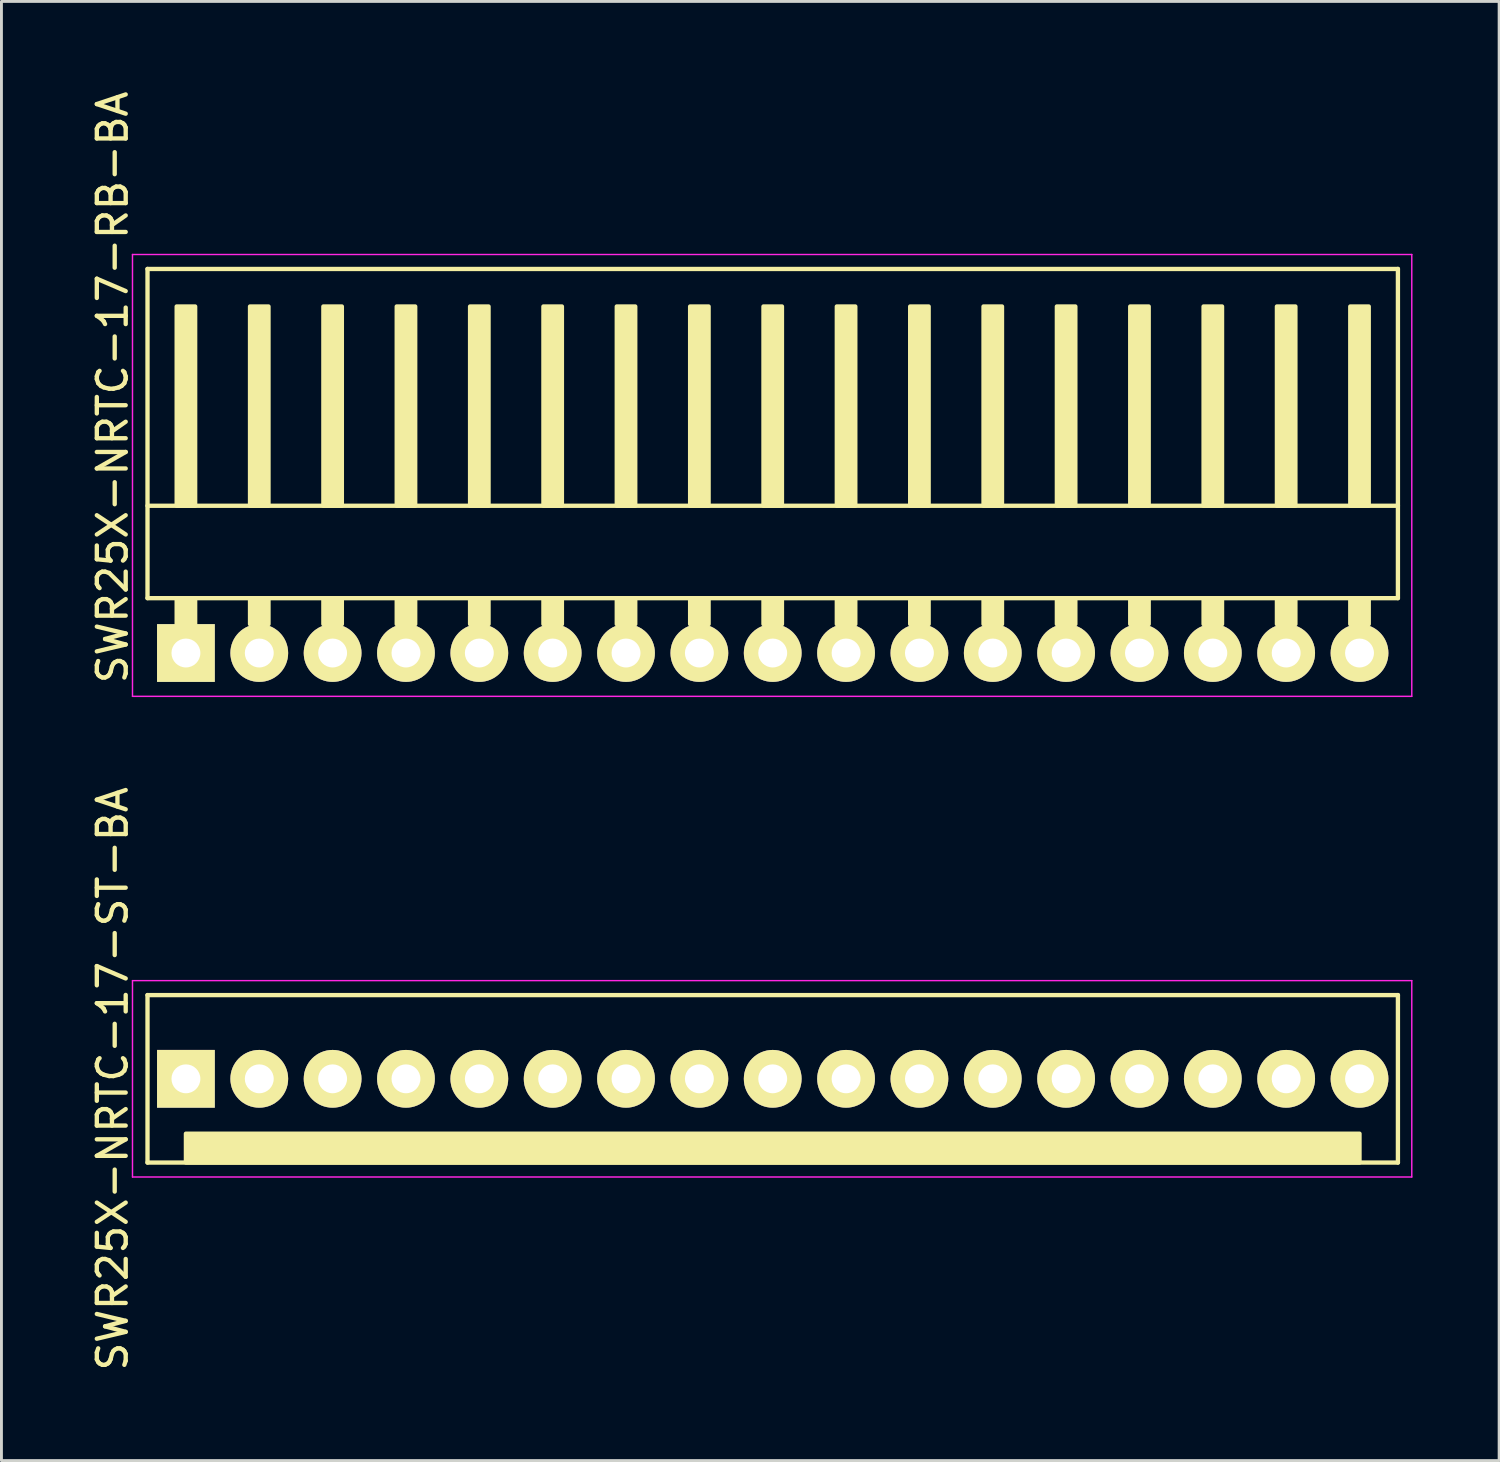
<source format=kicad_pcb>
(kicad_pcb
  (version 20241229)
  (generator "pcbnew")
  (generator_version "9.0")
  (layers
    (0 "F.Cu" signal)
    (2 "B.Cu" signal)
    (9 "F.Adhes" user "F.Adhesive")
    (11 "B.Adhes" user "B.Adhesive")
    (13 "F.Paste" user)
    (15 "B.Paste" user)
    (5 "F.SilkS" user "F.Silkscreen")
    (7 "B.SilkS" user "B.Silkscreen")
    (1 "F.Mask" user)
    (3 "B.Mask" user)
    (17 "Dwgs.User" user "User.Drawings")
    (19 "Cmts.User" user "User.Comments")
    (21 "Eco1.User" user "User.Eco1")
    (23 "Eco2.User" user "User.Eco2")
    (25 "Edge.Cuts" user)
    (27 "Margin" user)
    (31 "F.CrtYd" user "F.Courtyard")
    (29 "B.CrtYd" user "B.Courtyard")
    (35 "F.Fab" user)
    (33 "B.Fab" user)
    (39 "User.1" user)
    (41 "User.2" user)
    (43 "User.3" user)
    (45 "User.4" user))
  (footprint "SWR25X-NRTC-17-ST-BA"
    (layer "F.Cu")
    (at 3.388 34.308)
    (property "Reference" "SWR25X-NRTC-17-ST-BA" (at -2.54 0 270) (layer "F.SilkS") (effects (font (size 1 1) (thickness 0.15))))
    (attr through_hole)
    (fp_line (start -1.33 -2.9) (end 41.97 -2.9) (stroke (width 0.15) (type solid)) (layer "F.SilkS"))
    (fp_line (start -1.33 2.9) (end -1.33 -2.9) (stroke (width 0.15) (type solid)) (layer "F.SilkS"))
    (fp_line (start -1.33 2.9) (end 41.97 2.9) (stroke (width 0.15) (type solid)) (layer "F.SilkS"))
    (fp_line (start 41.97 2.9) (end 41.97 -2.9) (stroke (width 0.15) (type solid)) (layer "F.SilkS"))
    (fp_poly (pts (xy 40.64 2.9) (xy 0 2.9) (xy 0 1.9) (xy 40.64 1.9)) (stroke (width 0.15) (type solid)) (fill yes) (layer "F.SilkS"))
    (fp_line (start -1.85 -3.4) (end 42.45 -3.4) (stroke (width 0.05) (type solid)) (layer "F.CrtYd"))
    (fp_line (start -1.85 3.4) (end -1.85 -3.4) (stroke (width 0.05) (type solid)) (layer "F.CrtYd"))
    (fp_line (start -1.85 3.4) (end 42.45 3.4) (stroke (width 0.05) (type solid)) (layer "F.CrtYd"))
    (fp_line (start 42.45 3.4) (end 42.45 -3.4) (stroke (width 0.05) (type solid)) (layer "F.CrtYd"))
    (pad "1" thru_hole rect (at 0 0) (size 2 2) (drill 1) (layers "*.Cu" "*.Mask" "F.SilkS"))
    (pad "2" thru_hole circle (at 2.54 0) (size 2 2) (drill 1) (layers "*.Cu" "*.Mask" "F.SilkS"))
    (pad "3" thru_hole circle (at 5.08 0) (size 2 2) (drill 1) (layers "*.Cu" "*.Mask" "F.SilkS"))
    (pad "4" thru_hole circle (at 7.62 0) (size 2 2) (drill 1) (layers "*.Cu" "*.Mask" "F.SilkS"))
    (pad "5" thru_hole circle (at 10.16 0) (size 2 2) (drill 1) (layers "*.Cu" "*.Mask" "F.SilkS"))
    (pad "6" thru_hole circle (at 12.7 0) (size 2 2) (drill 1) (layers "*.Cu" "*.Mask" "F.SilkS"))
    (pad "7" thru_hole circle (at 15.24 0) (size 2 2) (drill 1) (layers "*.Cu" "*.Mask" "F.SilkS"))
    (pad "8" thru_hole circle (at 17.78 0) (size 2 2) (drill 1) (layers "*.Cu" "*.Mask" "F.SilkS"))
    (pad "9" thru_hole circle (at 20.32 0) (size 2 2) (drill 1) (layers "*.Cu" "*.Mask" "F.SilkS"))
    (pad "10" thru_hole circle (at 22.86 0) (size 2 2) (drill 1) (layers "*.Cu" "*.Mask" "F.SilkS"))
    (pad "11" thru_hole circle (at 25.4 0) (size 2 2) (drill 1) (layers "*.Cu" "*.Mask" "F.SilkS"))
    (pad "12" thru_hole circle (at 27.94 0) (size 2 2) (drill 1) (layers "*.Cu" "*.Mask" "F.SilkS"))
    (pad "13" thru_hole circle (at 30.48 0) (size 2 2) (drill 1) (layers "*.Cu" "*.Mask" "F.SilkS"))
    (pad "14" thru_hole circle (at 33.02 0) (size 2 2) (drill 1) (layers "*.Cu" "*.Mask" "F.SilkS"))
    (pad "15" thru_hole circle (at 35.56 0) (size 2 2) (drill 1) (layers "*.Cu" "*.Mask" "F.SilkS"))
    (pad "16" thru_hole circle (at 38.1 0) (size 2 2) (drill 1) (layers "*.Cu" "*.Mask" "F.SilkS"))
    (pad "17" thru_hole circle (at 40.64 0) (size 2 2) (drill 1) (layers "*.Cu" "*.Mask" "F.SilkS")))
  (footprint "SWR25X-NRTC-17-RB-BA"
    (layer "F.Cu")
    (at 3.388 19.563)
    (property "Reference" "SWR25X-NRTC-17-RB-BA" (at -2.54 -9.2 270) (layer "F.SilkS") (effects (font (size 1 1) (thickness 0.15))))
    (attr through_hole)
    (fp_line (start -1.33 -13.3) (end -1.33 -1.9) (stroke (width 0.15) (type solid)) (layer "F.SilkS"))
    (fp_line (start -1.33 -13.3) (end 41.97 -13.3) (stroke (width 0.15) (type solid)) (layer "F.SilkS"))
    (fp_line (start -1.33 -5.1) (end 41.97 -5.1) (stroke (width 0.15) (type solid)) (layer "F.SilkS"))
    (fp_line (start -1.33 -1.9) (end 41.97 -1.9) (stroke (width 0.15) (type solid)) (layer "F.SilkS"))
    (fp_line (start 41.97 -13.3) (end 41.97 -1.9) (stroke (width 0.15) (type solid)) (layer "F.SilkS"))
    (fp_poly (pts (xy 0.32 -5.1) (xy -0.32 -5.1) (xy -0.32 -12) (xy 0.32 -12)) (stroke (width 0.15) (type solid)) (fill yes) (layer "F.SilkS"))
    (fp_poly (pts (xy 0.32 -1.9) (xy -0.32 -1.9) (xy -0.32 -1) (xy 0.32 -1)) (stroke (width 0.15) (type solid)) (fill yes) (layer "F.SilkS"))
    (fp_poly (pts (xy 2.86 -5.1) (xy 2.22 -5.1) (xy 2.22 -12) (xy 2.86 -12)) (stroke (width 0.15) (type solid)) (fill yes) (layer "F.SilkS"))
    (fp_poly (pts (xy 2.86 -1.9) (xy 2.22 -1.9) (xy 2.22 -1) (xy 2.86 -1)) (stroke (width 0.15) (type solid)) (fill yes) (layer "F.SilkS"))
    (fp_poly (pts (xy 5.4 -5.1) (xy 4.76 -5.1) (xy 4.76 -12) (xy 5.4 -12)) (stroke (width 0.15) (type solid)) (fill yes) (layer "F.SilkS"))
    (fp_poly (pts (xy 5.4 -1.9) (xy 4.76 -1.9) (xy 4.76 -1) (xy 5.4 -1)) (stroke (width 0.15) (type solid)) (fill yes) (layer "F.SilkS"))
    (fp_poly (pts (xy 7.94 -5.1) (xy 7.3 -5.1) (xy 7.3 -12) (xy 7.94 -12)) (stroke (width 0.15) (type solid)) (fill yes) (layer "F.SilkS"))
    (fp_poly (pts (xy 7.94 -1.9) (xy 7.3 -1.9) (xy 7.3 -1) (xy 7.94 -1)) (stroke (width 0.15) (type solid)) (fill yes) (layer "F.SilkS"))
    (fp_poly (pts (xy 10.48 -5.1) (xy 9.84 -5.1) (xy 9.84 -12) (xy 10.48 -12)) (stroke (width 0.15) (type solid)) (fill yes) (layer "F.SilkS"))
    (fp_poly (pts (xy 10.48 -1.9) (xy 9.84 -1.9) (xy 9.84 -1) (xy 10.48 -1)) (stroke (width 0.15) (type solid)) (fill yes) (layer "F.SilkS"))
    (fp_poly (pts (xy 13.02 -5.1) (xy 12.38 -5.1) (xy 12.38 -12) (xy 13.02 -12)) (stroke (width 0.15) (type solid)) (fill yes) (layer "F.SilkS"))
    (fp_poly (pts (xy 13.02 -1.9) (xy 12.38 -1.9) (xy 12.38 -1) (xy 13.02 -1)) (stroke (width 0.15) (type solid)) (fill yes) (layer "F.SilkS"))
    (fp_poly (pts (xy 15.56 -5.1) (xy 14.92 -5.1) (xy 14.92 -12) (xy 15.56 -12)) (stroke (width 0.15) (type solid)) (fill yes) (layer "F.SilkS"))
    (fp_poly (pts (xy 15.56 -1.9) (xy 14.92 -1.9) (xy 14.92 -1) (xy 15.56 -1)) (stroke (width 0.15) (type solid)) (fill yes) (layer "F.SilkS"))
    (fp_poly (pts (xy 18.1 -5.1) (xy 17.46 -5.1) (xy 17.46 -12) (xy 18.1 -12)) (stroke (width 0.15) (type solid)) (fill yes) (layer "F.SilkS"))
    (fp_poly (pts (xy 18.1 -1.9) (xy 17.46 -1.9) (xy 17.46 -1) (xy 18.1 -1)) (stroke (width 0.15) (type solid)) (fill yes) (layer "F.SilkS"))
    (fp_poly (pts (xy 20.64 -5.1) (xy 20 -5.1) (xy 20 -12) (xy 20.64 -12)) (stroke (width 0.15) (type solid)) (fill yes) (layer "F.SilkS"))
    (fp_poly (pts (xy 20.64 -1.9) (xy 20 -1.9) (xy 20 -1) (xy 20.64 -1)) (stroke (width 0.15) (type solid)) (fill yes) (layer "F.SilkS"))
    (fp_poly (pts (xy 23.18 -5.1) (xy 22.54 -5.1) (xy 22.54 -12) (xy 23.18 -12)) (stroke (width 0.15) (type solid)) (fill yes) (layer "F.SilkS"))
    (fp_poly (pts (xy 23.18 -1.9) (xy 22.54 -1.9) (xy 22.54 -1) (xy 23.18 -1)) (stroke (width 0.15) (type solid)) (fill yes) (layer "F.SilkS"))
    (fp_poly (pts (xy 25.72 -5.1) (xy 25.08 -5.1) (xy 25.08 -12) (xy 25.72 -12)) (stroke (width 0.15) (type solid)) (fill yes) (layer "F.SilkS"))
    (fp_poly (pts (xy 25.72 -1.9) (xy 25.08 -1.9) (xy 25.08 -1) (xy 25.72 -1)) (stroke (width 0.15) (type solid)) (fill yes) (layer "F.SilkS"))
    (fp_poly (pts (xy 28.26 -5.1) (xy 27.62 -5.1) (xy 27.62 -12) (xy 28.26 -12)) (stroke (width 0.15) (type solid)) (fill yes) (layer "F.SilkS"))
    (fp_poly (pts (xy 28.26 -1.9) (xy 27.62 -1.9) (xy 27.62 -1) (xy 28.26 -1)) (stroke (width 0.15) (type solid)) (fill yes) (layer "F.SilkS"))
    (fp_poly (pts (xy 30.8 -5.1) (xy 30.16 -5.1) (xy 30.16 -12) (xy 30.8 -12)) (stroke (width 0.15) (type solid)) (fill yes) (layer "F.SilkS"))
    (fp_poly (pts (xy 30.8 -1.9) (xy 30.16 -1.9) (xy 30.16 -1) (xy 30.8 -1)) (stroke (width 0.15) (type solid)) (fill yes) (layer "F.SilkS"))
    (fp_poly (pts (xy 33.34 -5.1) (xy 32.7 -5.1) (xy 32.7 -12) (xy 33.34 -12)) (stroke (width 0.15) (type solid)) (fill yes) (layer "F.SilkS"))
    (fp_poly (pts (xy 33.34 -1.9) (xy 32.7 -1.9) (xy 32.7 -1) (xy 33.34 -1)) (stroke (width 0.15) (type solid)) (fill yes) (layer "F.SilkS"))
    (fp_poly (pts (xy 35.88 -5.1) (xy 35.24 -5.1) (xy 35.24 -12) (xy 35.88 -12)) (stroke (width 0.15) (type solid)) (fill yes) (layer "F.SilkS"))
    (fp_poly (pts (xy 35.88 -1.9) (xy 35.24 -1.9) (xy 35.24 -1) (xy 35.88 -1)) (stroke (width 0.15) (type solid)) (fill yes) (layer "F.SilkS"))
    (fp_poly (pts (xy 38.42 -5.1) (xy 37.78 -5.1) (xy 37.78 -12) (xy 38.42 -12)) (stroke (width 0.15) (type solid)) (fill yes) (layer "F.SilkS"))
    (fp_poly (pts (xy 38.42 -1.9) (xy 37.78 -1.9) (xy 37.78 -1) (xy 38.42 -1)) (stroke (width 0.15) (type solid)) (fill yes) (layer "F.SilkS"))
    (fp_poly (pts (xy 40.96 -5.1) (xy 40.32 -5.1) (xy 40.32 -12) (xy 40.96 -12)) (stroke (width 0.15) (type solid)) (fill yes) (layer "F.SilkS"))
    (fp_poly (pts (xy 40.96 -1.9) (xy 40.32 -1.9) (xy 40.32 -1) (xy 40.96 -1)) (stroke (width 0.15) (type solid)) (fill yes) (layer "F.SilkS"))
    (fp_line (start -1.85 -13.8) (end -1.85 1.5) (stroke (width 0.05) (type solid)) (layer "F.CrtYd"))
    (fp_line (start -1.85 -13.8) (end 42.45 -13.8) (stroke (width 0.05) (type solid)) (layer "F.CrtYd"))
    (fp_line (start -1.85 1.5) (end 42.45 1.5) (stroke (width 0.05) (type solid)) (layer "F.CrtYd"))
    (fp_line (start 42.45 -13.8) (end 42.45 1.5) (stroke (width 0.05) (type solid)) (layer "F.CrtYd"))
    (pad "1" thru_hole rect (at 0 0) (size 2 2) (drill 1) (layers "*.Cu" "*.Mask" "F.SilkS"))
    (pad "2" thru_hole circle (at 2.54 0) (size 2 2) (drill 1) (layers "*.Cu" "*.Mask" "F.SilkS"))
    (pad "3" thru_hole circle (at 5.08 0) (size 2 2) (drill 1) (layers "*.Cu" "*.Mask" "F.SilkS"))
    (pad "4" thru_hole circle (at 7.62 0) (size 2 2) (drill 1) (layers "*.Cu" "*.Mask" "F.SilkS"))
    (pad "5" thru_hole circle (at 10.16 0) (size 2 2) (drill 1) (layers "*.Cu" "*.Mask" "F.SilkS"))
    (pad "6" thru_hole circle (at 12.7 0) (size 2 2) (drill 1) (layers "*.Cu" "*.Mask" "F.SilkS"))
    (pad "7" thru_hole circle (at 15.24 0) (size 2 2) (drill 1) (layers "*.Cu" "*.Mask" "F.SilkS"))
    (pad "8" thru_hole circle (at 17.78 0) (size 2 2) (drill 1) (layers "*.Cu" "*.Mask" "F.SilkS"))
    (pad "9" thru_hole circle (at 20.32 0) (size 2 2) (drill 1) (layers "*.Cu" "*.Mask" "F.SilkS"))
    (pad "10" thru_hole circle (at 22.86 0) (size 2 2) (drill 1) (layers "*.Cu" "*.Mask" "F.SilkS"))
    (pad "11" thru_hole circle (at 25.4 0) (size 2 2) (drill 1) (layers "*.Cu" "*.Mask" "F.SilkS"))
    (pad "12" thru_hole circle (at 27.94 0) (size 2 2) (drill 1) (layers "*.Cu" "*.Mask" "F.SilkS"))
    (pad "13" thru_hole circle (at 30.48 0) (size 2 2) (drill 1) (layers "*.Cu" "*.Mask" "F.SilkS"))
    (pad "14" thru_hole circle (at 33.02 0) (size 2 2) (drill 1) (layers "*.Cu" "*.Mask" "F.SilkS"))
    (pad "15" thru_hole circle (at 35.56 0) (size 2 2) (drill 1) (layers "*.Cu" "*.Mask" "F.SilkS"))
    (pad "16" thru_hole circle (at 38.1 0) (size 2 2) (drill 1) (layers "*.Cu" "*.Mask" "F.SilkS"))
    (pad "17" thru_hole circle (at 40.64 0) (size 2 2) (drill 1) (layers "*.Cu" "*.Mask" "F.SilkS")))
  (gr_rect
    (start -3 -3)
    (end 48.863 47.529)
    (stroke (width 0.1) (type default))
    (fill no)
    (layer "Edge.Cuts")))
</source>
